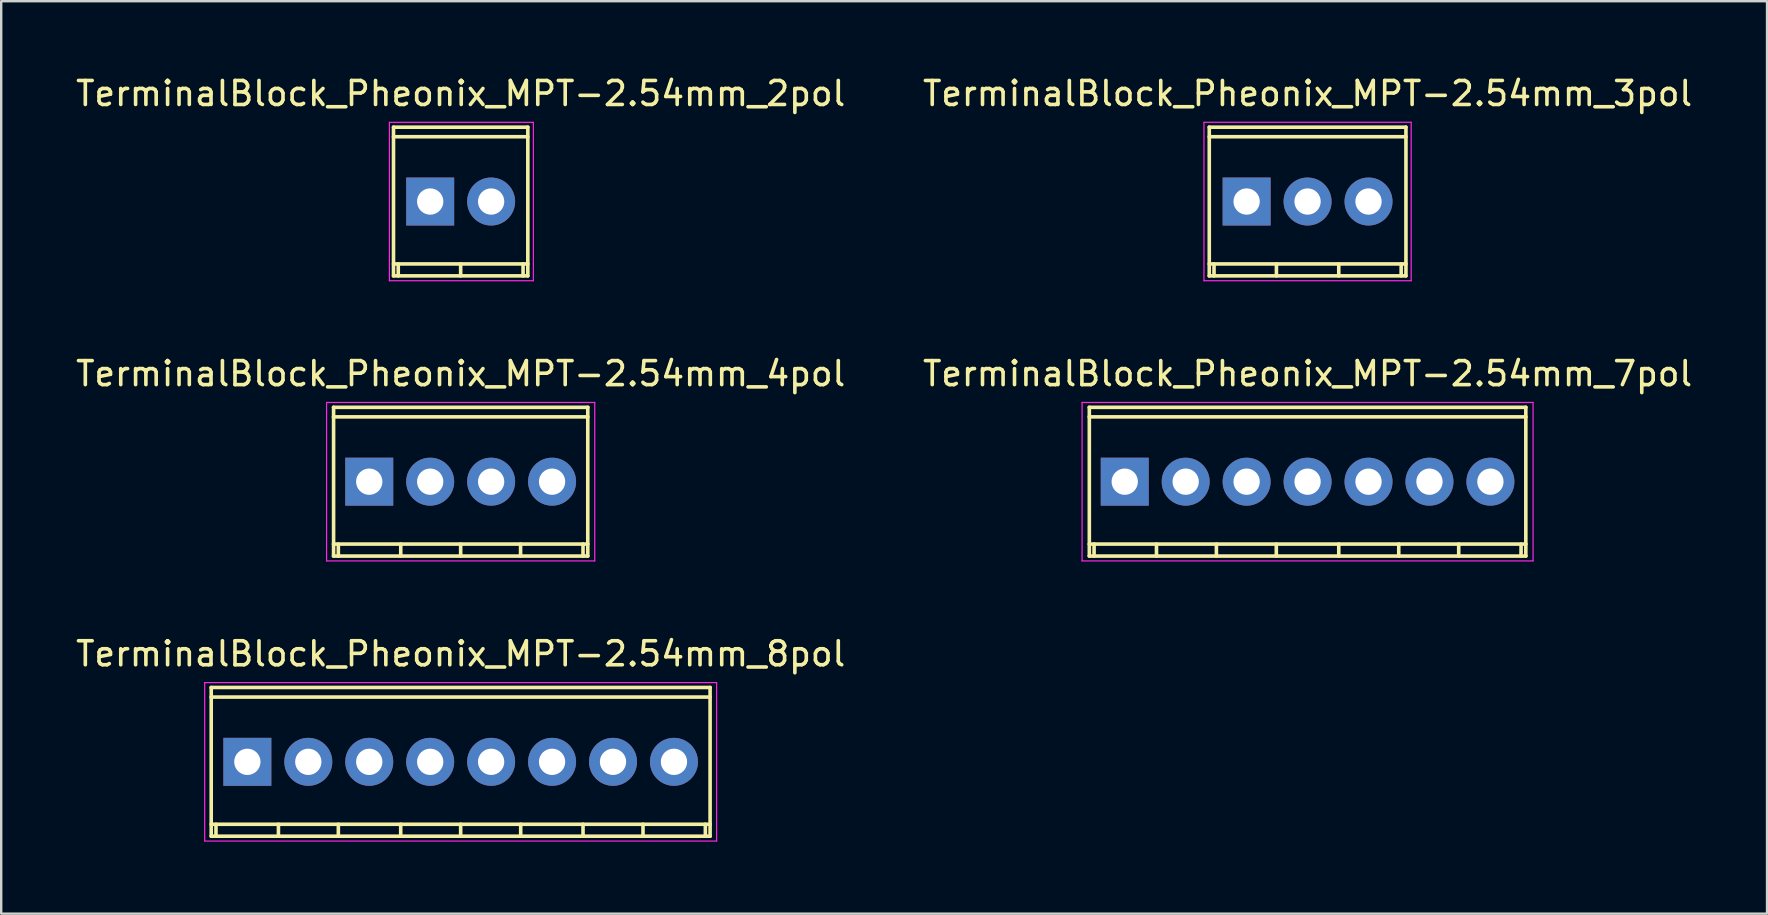
<source format=kicad_pcb>
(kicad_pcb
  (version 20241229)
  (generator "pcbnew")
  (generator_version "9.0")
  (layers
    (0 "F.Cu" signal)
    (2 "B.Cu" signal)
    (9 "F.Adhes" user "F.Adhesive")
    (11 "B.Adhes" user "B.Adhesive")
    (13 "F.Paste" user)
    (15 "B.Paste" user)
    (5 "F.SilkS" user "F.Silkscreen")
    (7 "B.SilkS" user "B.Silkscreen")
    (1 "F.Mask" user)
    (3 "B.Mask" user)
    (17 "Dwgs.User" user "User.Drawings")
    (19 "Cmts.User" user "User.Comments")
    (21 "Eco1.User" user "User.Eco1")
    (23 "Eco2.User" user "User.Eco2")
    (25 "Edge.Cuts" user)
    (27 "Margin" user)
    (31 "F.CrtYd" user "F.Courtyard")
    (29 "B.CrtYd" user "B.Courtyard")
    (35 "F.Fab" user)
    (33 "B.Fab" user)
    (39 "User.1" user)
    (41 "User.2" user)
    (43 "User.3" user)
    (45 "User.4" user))
  (footprint "TerminalBlock_Pheonix_MPT-2.54mm_7pol"
    (layer "F.Cu")
    (at 43.826 17.025)
    (property "Reference" "TerminalBlock_Pheonix_MPT-2.54mm_7pol" (at 7.62 -4.501 0) (layer "F.SilkS") (effects (font (size 1 1) (thickness 0.15))))
    (attr through_hole)
    (fp_line (start -1.481 3.099) (end 16.721 3.099) (stroke (width 0.15) (type solid)) (layer "F.SilkS"))
    (fp_line (start -1.476 -3.099) (end -1.476 3.099) (stroke (width 0.15) (type solid)) (layer "F.SilkS"))
    (fp_line (start -1.278 3.099) (end -1.278 2.601) (stroke (width 0.15) (type solid)) (layer "F.SilkS"))
    (fp_line (start 1.323 3.099) (end 1.323 2.601) (stroke (width 0.15) (type solid)) (layer "F.SilkS"))
    (fp_line (start 3.82 2.601) (end 3.82 3.099) (stroke (width 0.15) (type solid)) (layer "F.SilkS"))
    (fp_line (start 6.317 2.601) (end 6.317 3.099) (stroke (width 0.15) (type solid)) (layer "F.SilkS"))
    (fp_line (start 8.92 2.601) (end 8.92 3.099) (stroke (width 0.15) (type solid)) (layer "F.SilkS"))
    (fp_line (start 11.42 2.601) (end 11.42 3.099) (stroke (width 0.15) (type solid)) (layer "F.SilkS"))
    (fp_line (start 13.919 2.601) (end 13.919 3.099) (stroke (width 0.15) (type solid)) (layer "F.SilkS"))
    (fp_line (start 16.518 2.601) (end 16.518 3.099) (stroke (width 0.15) (type solid)) (layer "F.SilkS"))
    (fp_line (start 16.716 3.099) (end 16.716 -3.099) (stroke (width 0.15) (type solid)) (layer "F.SilkS"))
    (fp_line (start 16.721 -3.099) (end -1.481 -3.099) (stroke (width 0.15) (type solid)) (layer "F.SilkS"))
    (fp_line (start 16.721 -2.7) (end -1.481 -2.7) (stroke (width 0.15) (type solid)) (layer "F.SilkS"))
    (fp_line (start 16.721 2.601) (end -1.481 2.601) (stroke (width 0.15) (type solid)) (layer "F.SilkS"))
    (fp_line (start -1.778 -3.302) (end 17.018 -3.302) (stroke (width 0.05) (type solid)) (layer "F.CrtYd"))
    (fp_line (start -1.778 3.302) (end -1.778 -3.302) (stroke (width 0.05) (type solid)) (layer "F.CrtYd"))
    (fp_line (start 17.018 -3.302) (end 17.018 3.302) (stroke (width 0.05) (type solid)) (layer "F.CrtYd"))
    (fp_line (start 17.018 3.302) (end -1.778 3.302) (stroke (width 0.05) (type solid)) (layer "F.CrtYd"))
    (pad "1" thru_hole rect (at 0 0 180) (size 1.999 1.999) (drill 1.097) (layers "*.Cu" "*.Mask"))
    (pad "2" thru_hole oval (at 2.54 0 180) (size 1.999 1.999) (drill 1.097) (layers "*.Cu" "*.Mask"))
    (pad "3" thru_hole oval (at 5.08 0 180) (size 1.999 1.999) (drill 1.097) (layers "*.Cu" "*.Mask"))
    (pad "4" thru_hole oval (at 7.62 0 180) (size 1.999 1.999) (drill 1.097) (layers "*.Cu" "*.Mask"))
    (pad "5" thru_hole oval (at 10.16 0 180) (size 1.999 1.999) (drill 1.097) (layers "*.Cu" "*.Mask"))
    (pad "6" thru_hole oval (at 12.7 0 180) (size 1.999 1.999) (drill 1.097) (layers "*.Cu" "*.Mask"))
    (pad "7" thru_hole oval (at 15.24 0 180) (size 1.999 1.999) (drill 1.097) (layers "*.Cu" "*.Mask")))
  (footprint "TerminalBlock_Pheonix_MPT-2.54mm_8pol"
    (layer "F.Cu")
    (at 7.259 28.701)
    (property "Reference" "TerminalBlock_Pheonix_MPT-2.54mm_8pol" (at 8.89 -4.501 0) (layer "F.SilkS") (effects (font (size 1 1) (thickness 0.15))))
    (attr through_hole)
    (fp_line (start -1.509 -2.7) (end 19.289 -2.7) (stroke (width 0.15) (type solid)) (layer "F.SilkS"))
    (fp_line (start -1.509 2.601) (end 19.289 2.601) (stroke (width 0.15) (type solid)) (layer "F.SilkS"))
    (fp_line (start -1.506 -3.099) (end -1.506 3.099) (stroke (width 0.15) (type solid)) (layer "F.SilkS"))
    (fp_line (start -1.308 3.099) (end -1.308 2.601) (stroke (width 0.15) (type solid)) (layer "F.SilkS"))
    (fp_line (start 1.295 3.099) (end 1.295 2.601) (stroke (width 0.15) (type solid)) (layer "F.SilkS"))
    (fp_line (start 3.792 2.601) (end 3.792 3.099) (stroke (width 0.15) (type solid)) (layer "F.SilkS"))
    (fp_line (start 6.391 2.601) (end 6.391 3.099) (stroke (width 0.15) (type solid)) (layer "F.SilkS"))
    (fp_line (start 8.89 2.601) (end 8.89 3.099) (stroke (width 0.15) (type solid)) (layer "F.SilkS"))
    (fp_line (start 11.392 2.601) (end 11.392 3.099) (stroke (width 0.15) (type solid)) (layer "F.SilkS"))
    (fp_line (start 13.99 2.601) (end 13.99 3.099) (stroke (width 0.15) (type solid)) (layer "F.SilkS"))
    (fp_line (start 16.49 2.601) (end 16.49 3.099) (stroke (width 0.15) (type solid)) (layer "F.SilkS"))
    (fp_line (start 19.088 2.601) (end 19.088 3.099) (stroke (width 0.15) (type solid)) (layer "F.SilkS"))
    (fp_line (start 19.286 3.099) (end 19.286 -3.099) (stroke (width 0.15) (type solid)) (layer "F.SilkS"))
    (fp_line (start 19.289 -3.099) (end -1.509 -3.099) (stroke (width 0.15) (type solid)) (layer "F.SilkS"))
    (fp_line (start 19.289 3.099) (end -1.509 3.099) (stroke (width 0.15) (type solid)) (layer "F.SilkS"))
    (fp_line (start -1.778 -3.302) (end 19.558 -3.302) (stroke (width 0.05) (type solid)) (layer "F.CrtYd"))
    (fp_line (start -1.778 3.302) (end -1.778 -3.302) (stroke (width 0.05) (type solid)) (layer "F.CrtYd"))
    (fp_line (start 19.558 -3.302) (end 19.558 3.302) (stroke (width 0.05) (type solid)) (layer "F.CrtYd"))
    (fp_line (start 19.558 3.302) (end -1.778 3.302) (stroke (width 0.05) (type solid)) (layer "F.CrtYd"))
    (pad "1" thru_hole rect (at 0 0 180) (size 1.999 1.999) (drill 1.097) (layers "*.Cu" "*.Mask"))
    (pad "2" thru_hole oval (at 2.54 0 180) (size 1.999 1.999) (drill 1.097) (layers "*.Cu" "*.Mask"))
    (pad "3" thru_hole oval (at 5.08 0 180) (size 1.999 1.999) (drill 1.097) (layers "*.Cu" "*.Mask"))
    (pad "4" thru_hole oval (at 7.62 0 180) (size 1.999 1.999) (drill 1.097) (layers "*.Cu" "*.Mask"))
    (pad "5" thru_hole oval (at 10.16 0 180) (size 1.999 1.999) (drill 1.097) (layers "*.Cu" "*.Mask"))
    (pad "6" thru_hole oval (at 12.7 0 180) (size 1.999 1.999) (drill 1.097) (layers "*.Cu" "*.Mask"))
    (pad "7" thru_hole oval (at 15.24 0 180) (size 1.999 1.999) (drill 1.097) (layers "*.Cu" "*.Mask"))
    (pad "8" thru_hole oval (at 17.78 0 180) (size 1.999 1.999) (drill 1.097) (layers "*.Cu" "*.Mask")))
  (footprint "TerminalBlock_Pheonix_MPT-2.54mm_3pol"
    (layer "F.Cu")
    (at 48.906 5.349)
    (property "Reference" "TerminalBlock_Pheonix_MPT-2.54mm_3pol" (at 2.54 -4.501 0) (layer "F.SilkS") (effects (font (size 1 1) (thickness 0.15))))
    (attr through_hole)
    (fp_line (start -1.56 3.099) (end 6.64 3.099) (stroke (width 0.15) (type solid)) (layer "F.SilkS"))
    (fp_line (start -1.557 -3.099) (end -1.557 3.099) (stroke (width 0.15) (type solid)) (layer "F.SilkS"))
    (fp_line (start -1.359 3.099) (end -1.359 2.601) (stroke (width 0.15) (type solid)) (layer "F.SilkS"))
    (fp_line (start 1.242 3.099) (end 1.242 2.601) (stroke (width 0.15) (type solid)) (layer "F.SilkS"))
    (fp_line (start 3.84 2.601) (end 3.84 3.099) (stroke (width 0.15) (type solid)) (layer "F.SilkS"))
    (fp_line (start 6.441 2.601) (end 6.441 3.099) (stroke (width 0.15) (type solid)) (layer "F.SilkS"))
    (fp_line (start 6.64 -3.099) (end -1.56 -3.099) (stroke (width 0.15) (type solid)) (layer "F.SilkS"))
    (fp_line (start 6.64 -2.7) (end -1.56 -2.7) (stroke (width 0.15) (type solid)) (layer "F.SilkS"))
    (fp_line (start 6.64 2.601) (end -1.56 2.601) (stroke (width 0.15) (type solid)) (layer "F.SilkS"))
    (fp_line (start 6.64 3.099) (end 6.64 -3.099) (stroke (width 0.15) (type solid)) (layer "F.SilkS"))
    (fp_line (start -1.778 -3.302) (end -1.778 3.302) (stroke (width 0.05) (type solid)) (layer "F.CrtYd"))
    (fp_line (start -1.778 3.302) (end 6.858 3.302) (stroke (width 0.05) (type solid)) (layer "F.CrtYd"))
    (fp_line (start 6.858 -3.302) (end -1.778 -3.302) (stroke (width 0.05) (type solid)) (layer "F.CrtYd"))
    (fp_line (start 6.858 3.302) (end 6.858 -3.302) (stroke (width 0.05) (type solid)) (layer "F.CrtYd"))
    (pad "1" thru_hole rect (at 0 0) (size 1.999 1.999) (drill 1.097) (layers "*.Cu" "*.Mask"))
    (pad "2" thru_hole oval (at 2.54 0) (size 1.999 1.999) (drill 1.097) (layers "*.Cu" "*.Mask"))
    (pad "3" thru_hole oval (at 5.08 0) (size 1.999 1.999) (drill 1.097) (layers "*.Cu" "*.Mask")))
  (footprint "TerminalBlock_Pheonix_MPT-2.54mm_4pol"
    (layer "F.Cu")
    (at 12.339 17.025)
    (property "Reference" "TerminalBlock_Pheonix_MPT-2.54mm_4pol" (at 3.81 -4.501 0) (layer "F.SilkS") (effects (font (size 1 1) (thickness 0.15))))
    (attr through_hole)
    (fp_line (start -1.491 -2.7) (end 9.111 -2.7) (stroke (width 0.15) (type solid)) (layer "F.SilkS"))
    (fp_line (start -1.491 2.601) (end 9.111 2.601) (stroke (width 0.15) (type solid)) (layer "F.SilkS"))
    (fp_line (start -1.486 -3.099) (end -1.486 3.099) (stroke (width 0.15) (type solid)) (layer "F.SilkS"))
    (fp_line (start -1.288 3.099) (end -1.288 2.601) (stroke (width 0.15) (type solid)) (layer "F.SilkS"))
    (fp_line (start 1.313 3.099) (end 1.313 2.601) (stroke (width 0.15) (type solid)) (layer "F.SilkS"))
    (fp_line (start 3.81 2.601) (end 3.81 3.099) (stroke (width 0.15) (type solid)) (layer "F.SilkS"))
    (fp_line (start 6.307 2.601) (end 6.307 3.099) (stroke (width 0.15) (type solid)) (layer "F.SilkS"))
    (fp_line (start 8.91 2.601) (end 8.91 3.099) (stroke (width 0.15) (type solid)) (layer "F.SilkS"))
    (fp_line (start 9.108 3.099) (end 9.108 -3.099) (stroke (width 0.15) (type solid)) (layer "F.SilkS"))
    (fp_line (start 9.111 -3.099) (end -1.491 -3.099) (stroke (width 0.15) (type solid)) (layer "F.SilkS"))
    (fp_line (start 9.111 3.099) (end -1.491 3.099) (stroke (width 0.15) (type solid)) (layer "F.SilkS"))
    (fp_line (start -1.778 -3.302) (end 9.398 -3.302) (stroke (width 0.05) (type solid)) (layer "F.CrtYd"))
    (fp_line (start -1.778 3.302) (end -1.778 -3.302) (stroke (width 0.05) (type solid)) (layer "F.CrtYd"))
    (fp_line (start 9.398 -3.302) (end 9.398 3.302) (stroke (width 0.05) (type solid)) (layer "F.CrtYd"))
    (fp_line (start 9.398 3.302) (end -1.778 3.302) (stroke (width 0.05) (type solid)) (layer "F.CrtYd"))
    (pad "1" thru_hole rect (at 0 0 180) (size 1.999 1.999) (drill 1.097) (layers "*.Cu" "*.Mask"))
    (pad "2" thru_hole oval (at 2.54 0 180) (size 1.999 1.999) (drill 1.097) (layers "*.Cu" "*.Mask"))
    (pad "3" thru_hole oval (at 5.08 0 180) (size 1.999 1.999) (drill 1.097) (layers "*.Cu" "*.Mask"))
    (pad "4" thru_hole oval (at 7.62 0 180) (size 1.999 1.999) (drill 1.097) (layers "*.Cu" "*.Mask")))
  (footprint "TerminalBlock_Pheonix_MPT-2.54mm_2pol"
    (layer "F.Cu")
    (at 14.879 5.349)
    (property "Reference" "TerminalBlock_Pheonix_MPT-2.54mm_2pol" (at 1.27 -4.501 0) (layer "F.SilkS") (effects (font (size 1 1) (thickness 0.15))))
    (attr through_hole)
    (fp_line (start -1.529 -3.099) (end -1.529 3.099) (stroke (width 0.15) (type solid)) (layer "F.SilkS"))
    (fp_line (start -1.529 -2.7) (end 4.069 -2.7) (stroke (width 0.15) (type solid)) (layer "F.SilkS"))
    (fp_line (start -1.529 3.099) (end 4.069 3.099) (stroke (width 0.15) (type solid)) (layer "F.SilkS"))
    (fp_line (start -1.331 3.099) (end -1.331 2.601) (stroke (width 0.15) (type solid)) (layer "F.SilkS"))
    (fp_line (start 1.27 3.099) (end 1.27 2.601) (stroke (width 0.15) (type solid)) (layer "F.SilkS"))
    (fp_line (start 3.871 2.601) (end 3.871 3.099) (stroke (width 0.15) (type solid)) (layer "F.SilkS"))
    (fp_line (start 4.069 -3.099) (end -1.529 -3.099) (stroke (width 0.15) (type solid)) (layer "F.SilkS"))
    (fp_line (start 4.069 2.601) (end -1.529 2.601) (stroke (width 0.15) (type solid)) (layer "F.SilkS"))
    (fp_line (start 4.069 3.099) (end 4.069 -3.099) (stroke (width 0.15) (type solid)) (layer "F.SilkS"))
    (fp_line (start -1.7 -3.3) (end 4.3 -3.3) (stroke (width 0.05) (type solid)) (layer "F.CrtYd"))
    (fp_line (start -1.7 3.3) (end -1.7 -3.3) (stroke (width 0.05) (type solid)) (layer "F.CrtYd"))
    (fp_line (start 4.3 -3.3) (end 4.3 3.3) (stroke (width 0.05) (type solid)) (layer "F.CrtYd"))
    (fp_line (start 4.3 3.3) (end -1.7 3.3) (stroke (width 0.05) (type solid)) (layer "F.CrtYd"))
    (pad "1" thru_hole rect (at 0 0) (size 1.999 1.999) (drill 1.097) (layers "*.Cu" "*.Mask"))
    (pad "2" thru_hole oval (at 2.54 0) (size 1.999 1.999) (drill 1.097) (layers "*.Cu" "*.Mask")))
  (gr_rect
    (start -3 -3)
    (end 70.595 35.028)
    (stroke (width 0.1) (type default))
    (fill no)
    (layer "Edge.Cuts")))
</source>
